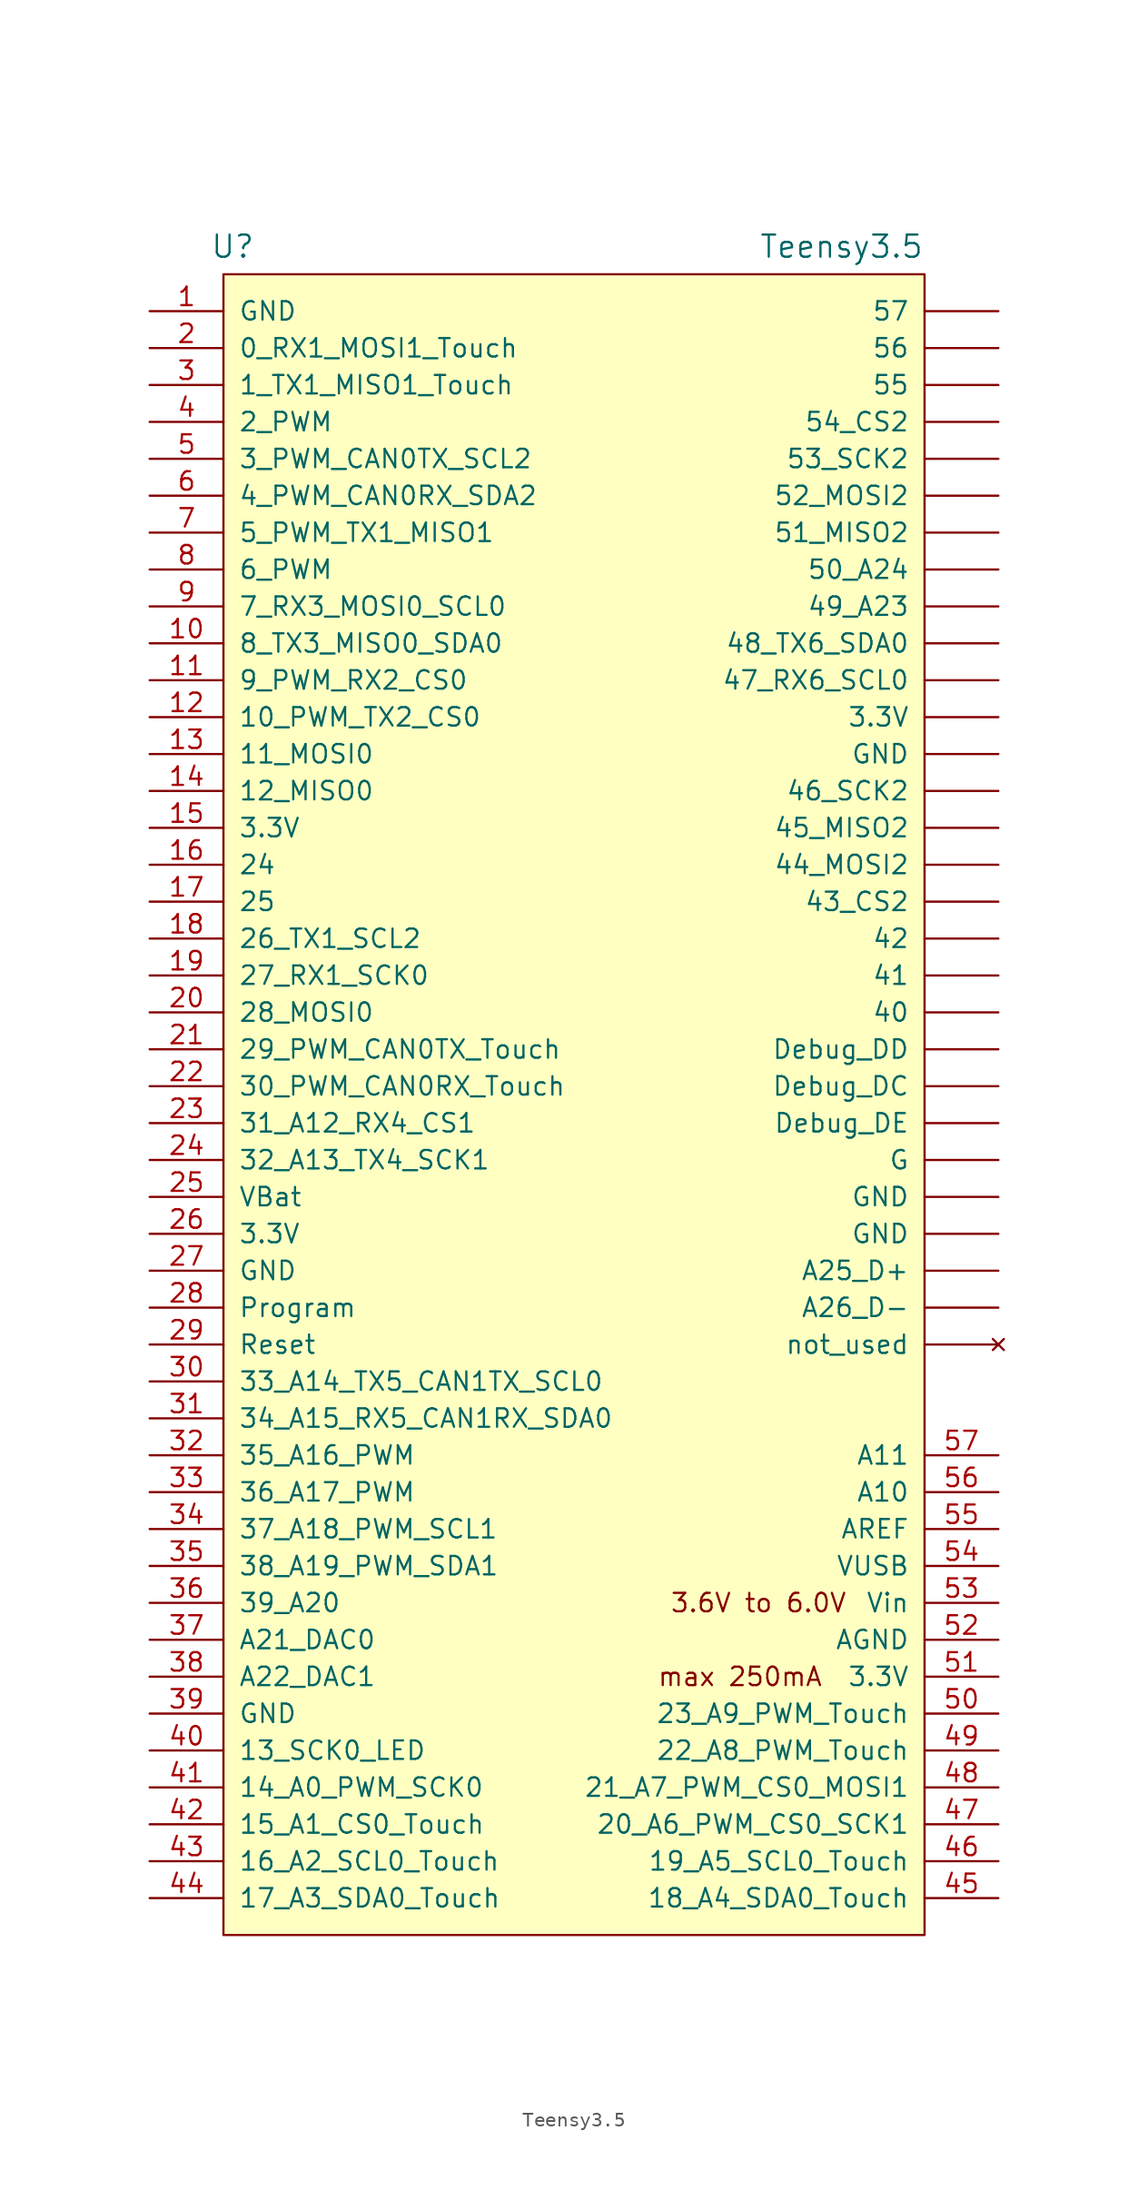
<source format=kicad_sym>
(kicad_symbol_lib
  (version 20211014)
  (generator kicad_symbol_editor)
  (symbol "Teensy3.5"
    (pin_names
      (offset 1.016))
    (property "Reference" "U"
      (at -23.495 59.055 0)
      (effects (font (size 1.524 1.524))))
    (property "Value" "Teensy3.5"
      (at 18.415 59.055 0)
      (effects (font (size 1.524 1.524))))
    (symbol "Teensy3.5_0_0"
      (text "3.6V to 6.0V" (at 12.7 -34.29 0) (effects (font (size 1.27 1.27))))
      (text "max 250mA" (at 11.43 -39.37 0) (effects (font (size 1.27 1.27)))))
    (symbol "Teensy3.5_0_1"
      (rectangle (start -24.13 57.15) (end 24.13 -57.15) (stroke (width 0) (type default) (color 0 0 0 0)) (fill (type background))))
    (symbol "Teensy3.5_1_1"
      (pin power_in line (at -29.21 54.61 0) (length 5.08) (name "GND" (effects (font (size 1.27 1.27)))) (number "1" (effects (font (size 1.27 1.27)))))
      (pin bidirectional line (at -29.21 31.75 0) (length 5.08) (name "8_TX3_MISO0_SDA0" (effects (font (size 1.27 1.27)))) (number "10" (effects (font (size 1.27 1.27)))))
      (pin bidirectional line (at -29.21 29.21 0) (length 5.08) (name "9_PWM_RX2_CS0" (effects (font (size 1.27 1.27)))) (number "11" (effects (font (size 1.27 1.27)))))
      (pin bidirectional line (at -29.21 26.67 0) (length 5.08) (name "10_PWM_TX2_CS0" (effects (font (size 1.27 1.27)))) (number "12" (effects (font (size 1.27 1.27)))))
      (pin bidirectional line (at -29.21 24.13 0) (length 5.08) (name "11_MOSI0" (effects (font (size 1.27 1.27)))) (number "13" (effects (font (size 1.27 1.27)))))
      (pin bidirectional line (at -29.21 21.59 0) (length 5.08) (name "12_MISO0" (effects (font (size 1.27 1.27)))) (number "14" (effects (font (size 1.27 1.27)))))
      (pin power_out line (at -29.21 19.05 0) (length 5.08) (name "3.3V" (effects (font (size 1.27 1.27)))) (number "15" (effects (font (size 1.27 1.27)))))
      (pin bidirectional line (at -29.21 16.51 0) (length 5.08) (name "24" (effects (font (size 1.27 1.27)))) (number "16" (effects (font (size 1.27 1.27)))))
      (pin bidirectional line (at -29.21 13.97 0) (length 5.08) (name "25" (effects (font (size 1.27 1.27)))) (number "17" (effects (font (size 1.27 1.27)))))
      (pin bidirectional line (at -29.21 11.43 0) (length 5.08) (name "26_TX1_SCL2" (effects (font (size 1.27 1.27)))) (number "18" (effects (font (size 1.27 1.27)))))
      (pin bidirectional line (at -29.21 8.89 0) (length 5.08) (name "27_RX1_SCK0" (effects (font (size 1.27 1.27)))) (number "19" (effects (font (size 1.27 1.27)))))
      (pin bidirectional line (at -29.21 52.07 0) (length 5.08) (name "0_RX1_MOSI1_Touch" (effects (font (size 1.27 1.27)))) (number "2" (effects (font (size 1.27 1.27)))))
      (pin bidirectional line (at -29.21 6.35 0) (length 5.08) (name "28_MOSI0" (effects (font (size 1.27 1.27)))) (number "20" (effects (font (size 1.27 1.27)))))
      (pin bidirectional line (at -29.21 3.81 0) (length 5.08) (name "29_PWM_CAN0TX_Touch" (effects (font (size 1.27 1.27)))) (number "21" (effects (font (size 1.27 1.27)))))
      (pin bidirectional line (at -29.21 1.27 0) (length 5.08) (name "30_PWM_CAN0RX_Touch" (effects (font (size 1.27 1.27)))) (number "22" (effects (font (size 1.27 1.27)))))
      (pin bidirectional line (at -29.21 -1.27 0) (length 5.08) (name "31_A12_RX4_CS1" (effects (font (size 1.27 1.27)))) (number "23" (effects (font (size 1.27 1.27)))))
      (pin bidirectional line (at -29.21 -3.81 0) (length 5.08) (name "32_A13_TX4_SCK1" (effects (font (size 1.27 1.27)))) (number "24" (effects (font (size 1.27 1.27)))))
      (pin power_in line (at -29.21 -6.35 0) (length 5.08) (name "VBat" (effects (font (size 1.27 1.27)))) (number "25" (effects (font (size 1.27 1.27)))))
      (pin power_in line (at -29.21 -8.89 0) (length 5.08) (name "3.3V" (effects (font (size 1.27 1.27)))) (number "26" (effects (font (size 1.27 1.27)))))
      (pin power_in line (at -29.21 -11.43 0) (length 5.08) (name "GND" (effects (font (size 1.27 1.27)))) (number "27" (effects (font (size 1.27 1.27)))))
      (pin input line (at -29.21 -13.97 0) (length 5.08) (name "Program" (effects (font (size 1.27 1.27)))) (number "28" (effects (font (size 1.27 1.27)))))
      (pin input line (at -29.21 -16.51 0) (length 5.08) (name "Reset" (effects (font (size 1.27 1.27)))) (number "29" (effects (font (size 1.27 1.27)))))
      (pin bidirectional line (at -29.21 49.53 0) (length 5.08) (name "1_TX1_MISO1_Touch" (effects (font (size 1.27 1.27)))) (number "3" (effects (font (size 1.27 1.27)))))
      (pin bidirectional line (at -29.21 -19.05 0) (length 5.08) (name "33_A14_TX5_CAN1TX_SCL0" (effects (font (size 1.27 1.27)))) (number "30" (effects (font (size 1.27 1.27)))))
      (pin bidirectional line (at -29.21 -21.59 0) (length 5.08) (name "34_A15_RX5_CAN1RX_SDA0" (effects (font (size 1.27 1.27)))) (number "31" (effects (font (size 1.27 1.27)))))
      (pin bidirectional line (at -29.21 -24.13 0) (length 5.08) (name "35_A16_PWM" (effects (font (size 1.27 1.27)))) (number "32" (effects (font (size 1.27 1.27)))))
      (pin bidirectional line (at -29.21 -26.67 0) (length 5.08) (name "36_A17_PWM" (effects (font (size 1.27 1.27)))) (number "33" (effects (font (size 1.27 1.27)))))
      (pin bidirectional line (at -29.21 -29.21 0) (length 5.08) (name "37_A18_PWM_SCL1" (effects (font (size 1.27 1.27)))) (number "34" (effects (font (size 1.27 1.27)))))
      (pin bidirectional line (at -29.21 -31.75 0) (length 5.08) (name "38_A19_PWM_SDA1" (effects (font (size 1.27 1.27)))) (number "35" (effects (font (size 1.27 1.27)))))
      (pin bidirectional line (at -29.21 -34.29 0) (length 5.08) (name "39_A20" (effects (font (size 1.27 1.27)))) (number "36" (effects (font (size 1.27 1.27)))))
      (pin bidirectional line (at -29.21 -36.83 0) (length 5.08) (name "A21_DAC0" (effects (font (size 1.27 1.27)))) (number "37" (effects (font (size 1.27 1.27)))))
      (pin bidirectional line (at -29.21 -39.37 0) (length 5.08) (name "A22_DAC1" (effects (font (size 1.27 1.27)))) (number "38" (effects (font (size 1.27 1.27)))))
      (pin power_in line (at -29.21 -41.91 0) (length 5.08) (name "GND" (effects (font (size 1.27 1.27)))) (number "39" (effects (font (size 1.27 1.27)))))
      (pin bidirectional line (at -29.21 46.99 0) (length 5.08) (name "2_PWM" (effects (font (size 1.27 1.27)))) (number "4" (effects (font (size 1.27 1.27)))))
      (pin bidirectional line (at -29.21 -44.45 0) (length 5.08) (name "13_SCK0_LED" (effects (font (size 1.27 1.27)))) (number "40" (effects (font (size 1.27 1.27)))))
      (pin bidirectional line (at -29.21 -46.99 0) (length 5.08) (name "14_A0_PWM_SCK0" (effects (font (size 1.27 1.27)))) (number "41" (effects (font (size 1.27 1.27)))))
      (pin bidirectional line (at -29.21 -49.53 0) (length 5.08) (name "15_A1_CS0_Touch" (effects (font (size 1.27 1.27)))) (number "42" (effects (font (size 1.27 1.27)))))
      (pin bidirectional line (at -29.21 -52.07 0) (length 5.08) (name "16_A2_SCL0_Touch" (effects (font (size 1.27 1.27)))) (number "43" (effects (font (size 1.27 1.27)))))
      (pin bidirectional line (at -29.21 -54.61 0) (length 5.08) (name "17_A3_SDA0_Touch" (effects (font (size 1.27 1.27)))) (number "44" (effects (font (size 1.27 1.27)))))
      (pin bidirectional line (at 29.21 -54.61 180) (length 5.08) (name "18_A4_SDA0_Touch" (effects (font (size 1.27 1.27)))) (number "45" (effects (font (size 1.27 1.27)))))
      (pin bidirectional line (at 29.21 -52.07 180) (length 5.08) (name "19_A5_SCL0_Touch" (effects (font (size 1.27 1.27)))) (number "46" (effects (font (size 1.27 1.27)))))
      (pin bidirectional line (at 29.21 -49.53 180) (length 5.08) (name "20_A6_PWM_CS0_SCK1" (effects (font (size 1.27 1.27)))) (number "47" (effects (font (size 1.27 1.27)))))
      (pin bidirectional line (at 29.21 -46.99 180) (length 5.08) (name "21_A7_PWM_CS0_MOSI1" (effects (font (size 1.27 1.27)))) (number "48" (effects (font (size 1.27 1.27)))))
      (pin bidirectional line (at 29.21 -44.45 180) (length 5.08) (name "22_A8_PWM_Touch" (effects (font (size 1.27 1.27)))) (number "49" (effects (font (size 1.27 1.27)))))
      (pin bidirectional line (at -29.21 44.45 0) (length 5.08) (name "3_PWM_CAN0TX_SCL2" (effects (font (size 1.27 1.27)))) (number "5" (effects (font (size 1.27 1.27)))))
      (pin bidirectional line (at 29.21 -41.91 180) (length 5.08) (name "23_A9_PWM_Touch" (effects (font (size 1.27 1.27)))) (number "50" (effects (font (size 1.27 1.27)))))
      (pin power_out line (at 29.21 -39.37 180) (length 5.08) (name "3.3V" (effects (font (size 1.27 1.27)))) (number "51" (effects (font (size 1.27 1.27)))))
      (pin power_out line (at 29.21 -36.83 180) (length 5.08) (name "AGND" (effects (font (size 1.27 1.27)))) (number "52" (effects (font (size 1.27 1.27)))))
      (pin power_in line (at 29.21 -34.29 180) (length 5.08) (name "Vin" (effects (font (size 1.27 1.27)))) (number "53" (effects (font (size 1.27 1.27)))))
      (pin power_in line (at 29.21 -31.75 180) (length 5.08) (name "VUSB" (effects (font (size 1.27 1.27)))) (number "54" (effects (font (size 1.27 1.27)))))
      (pin input line (at 29.21 -29.21 180) (length 5.08) (name "AREF" (effects (font (size 1.27 1.27)))) (number "55" (effects (font (size 1.27 1.27)))))
      (pin bidirectional line (at 29.21 -26.67 180) (length 5.08) (name "A10" (effects (font (size 1.27 1.27)))) (number "56" (effects (font (size 1.27 1.27)))))
      (pin bidirectional line (at 29.21 -24.13 180) (length 5.08) (name "A11" (effects (font (size 1.27 1.27)))) (number "57" (effects (font (size 1.27 1.27)))))
      (pin bidirectional line (at -29.21 41.91 0) (length 5.08) (name "4_PWM_CAN0RX_SDA2" (effects (font (size 1.27 1.27)))) (number "6" (effects (font (size 1.27 1.27)))))
      (pin bidirectional line (at -29.21 39.37 0) (length 5.08) (name "5_PWM_TX1_MISO1" (effects (font (size 1.27 1.27)))) (number "7" (effects (font (size 1.27 1.27)))))
      (pin bidirectional line (at -29.21 36.83 0) (length 5.08) (name "6_PWM" (effects (font (size 1.27 1.27)))) (number "8" (effects (font (size 1.27 1.27)))))
      (pin bidirectional line (at -29.21 34.29 0) (length 5.08) (name "7_RX3_MOSI0_SCL0" (effects (font (size 1.27 1.27)))) (number "9" (effects (font (size 1.27 1.27)))))
      (pin power_in line (at 29.21 26.67 180) (length 5.08) (name "3.3V" (effects (font (size 1.27 1.27)))) (number "~" (effects (font (size 1.27 1.27)))))
      (pin bidirectional line (at 29.21 6.35 180) (length 5.08) (name "40" (effects (font (size 1.27 1.27)))) (number "~" (effects (font (size 1.27 1.27)))))
      (pin bidirectional line (at 29.21 8.89 180) (length 5.08) (name "41" (effects (font (size 1.27 1.27)))) (number "~" (effects (font (size 1.27 1.27)))))
      (pin bidirectional line (at 29.21 11.43 180) (length 5.08) (name "42" (effects (font (size 1.27 1.27)))) (number "~" (effects (font (size 1.27 1.27)))))
      (pin bidirectional line (at 29.21 13.97 180) (length 5.08) (name "43_CS2" (effects (font (size 1.27 1.27)))) (number "~" (effects (font (size 1.27 1.27)))))
      (pin bidirectional line (at 29.21 16.51 180) (length 5.08) (name "44_MOSI2" (effects (font (size 1.27 1.27)))) (number "~" (effects (font (size 1.27 1.27)))))
      (pin bidirectional line (at 29.21 19.05 180) (length 5.08) (name "45_MISO2" (effects (font (size 1.27 1.27)))) (number "~" (effects (font (size 1.27 1.27)))))
      (pin bidirectional line (at 29.21 21.59 180) (length 5.08) (name "46_SCK2" (effects (font (size 1.27 1.27)))) (number "~" (effects (font (size 1.27 1.27)))))
      (pin bidirectional line (at 29.21 29.21 180) (length 5.08) (name "47_RX6_SCL0" (effects (font (size 1.27 1.27)))) (number "~" (effects (font (size 1.27 1.27)))))
      (pin bidirectional line (at 29.21 31.75 180) (length 5.08) (name "48_TX6_SDA0" (effects (font (size 1.27 1.27)))) (number "~" (effects (font (size 1.27 1.27)))))
      (pin bidirectional line (at 29.21 34.29 180) (length 5.08) (name "49_A23" (effects (font (size 1.27 1.27)))) (number "~" (effects (font (size 1.27 1.27)))))
      (pin bidirectional line (at 29.21 36.83 180) (length 5.08) (name "50_A24" (effects (font (size 1.27 1.27)))) (number "~" (effects (font (size 1.27 1.27)))))
      (pin bidirectional line (at 29.21 39.37 180) (length 5.08) (name "51_MISO2" (effects (font (size 1.27 1.27)))) (number "~" (effects (font (size 1.27 1.27)))))
      (pin bidirectional line (at 29.21 41.91 180) (length 5.08) (name "52_MOSI2" (effects (font (size 1.27 1.27)))) (number "~" (effects (font (size 1.27 1.27)))))
      (pin bidirectional line (at 29.21 44.45 180) (length 5.08) (name "53_SCK2" (effects (font (size 1.27 1.27)))) (number "~" (effects (font (size 1.27 1.27)))))
      (pin bidirectional line (at 29.21 46.99 180) (length 5.08) (name "54_CS2" (effects (font (size 1.27 1.27)))) (number "~" (effects (font (size 1.27 1.27)))))
      (pin bidirectional line (at 29.21 49.53 180) (length 5.08) (name "55" (effects (font (size 1.27 1.27)))) (number "~" (effects (font (size 1.27 1.27)))))
      (pin bidirectional line (at 29.21 52.07 180) (length 5.08) (name "56" (effects (font (size 1.27 1.27)))) (number "~" (effects (font (size 1.27 1.27)))))
      (pin bidirectional line (at 29.21 54.61 180) (length 5.08) (name "57" (effects (font (size 1.27 1.27)))) (number "~" (effects (font (size 1.27 1.27)))))
      (pin bidirectional line (at 29.21 -11.43 180) (length 5.08) (name "A25_D+" (effects (font (size 1.27 1.27)))) (number "~" (effects (font (size 1.27 1.27)))))
      (pin bidirectional line (at 29.21 -13.97 180) (length 5.08) (name "A26_D-" (effects (font (size 1.27 1.27)))) (number "~" (effects (font (size 1.27 1.27)))))
      (pin input line (at 29.21 1.27 180) (length 5.08) (name "Debug_DC" (effects (font (size 1.27 1.27)))) (number "~" (effects (font (size 1.27 1.27)))))
      (pin input line (at 29.21 3.81 180) (length 5.08) (name "Debug_DD" (effects (font (size 1.27 1.27)))) (number "~" (effects (font (size 1.27 1.27)))))
      (pin input line (at 29.21 -1.27 180) (length 5.08) (name "Debug_DE" (effects (font (size 1.27 1.27)))) (number "~" (effects (font (size 1.27 1.27)))))
      (pin power_in line (at 29.21 -3.81 180) (length 5.08) (name "G" (effects (font (size 1.27 1.27)))) (number "~" (effects (font (size 1.27 1.27)))))
      (pin power_in line (at 29.21 -8.89 180) (length 5.08) (name "GND" (effects (font (size 1.27 1.27)))) (number "~" (effects (font (size 1.27 1.27)))))
      (pin power_in line (at 29.21 -6.35 180) (length 5.08) (name "GND" (effects (font (size 1.27 1.27)))) (number "~" (effects (font (size 1.27 1.27)))))
      (pin power_in line (at 29.21 24.13 180) (length 5.08) (name "GND" (effects (font (size 1.27 1.27)))) (number "~" (effects (font (size 1.27 1.27)))))
      (pin no_connect line (at 29.21 -16.51 180) (length 5.08) (name "not_used" (effects (font (size 1.27 1.27)))) (number "~" (effects (font (size 1.27 1.27))))))))
</source>
